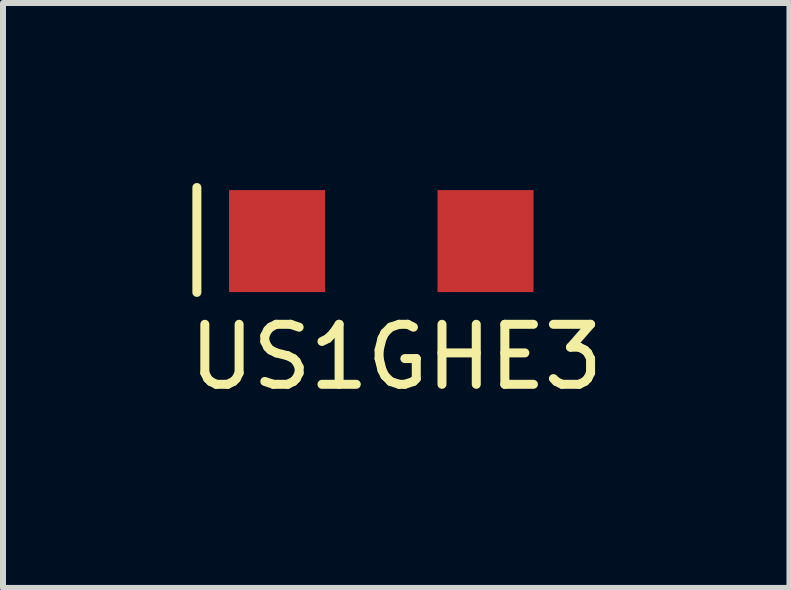
<source format=kicad_pcb>
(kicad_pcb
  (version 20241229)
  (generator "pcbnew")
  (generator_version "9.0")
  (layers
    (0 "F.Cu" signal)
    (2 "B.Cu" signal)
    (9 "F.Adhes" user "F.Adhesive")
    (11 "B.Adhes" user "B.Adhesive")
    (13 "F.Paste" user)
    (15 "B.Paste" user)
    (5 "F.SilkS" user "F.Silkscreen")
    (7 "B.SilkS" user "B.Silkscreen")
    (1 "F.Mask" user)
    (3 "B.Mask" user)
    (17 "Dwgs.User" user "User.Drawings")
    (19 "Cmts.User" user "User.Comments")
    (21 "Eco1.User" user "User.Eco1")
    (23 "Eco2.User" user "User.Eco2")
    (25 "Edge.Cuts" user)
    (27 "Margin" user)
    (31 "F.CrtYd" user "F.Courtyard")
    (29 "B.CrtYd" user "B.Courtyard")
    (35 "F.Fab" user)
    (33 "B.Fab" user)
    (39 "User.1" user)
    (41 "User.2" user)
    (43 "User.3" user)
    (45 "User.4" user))
  (footprint "US1GHE3"
    (layer "F.Cu")
    (at 3.264 0.949)
    (property "Reference" "US1GHE3" (at 0.29 1.951 0) (layer "F.SilkS") (effects (font (size 1 1) (thickness 0.15))))
    (attr through_hole)
    (fp_line (start -3.033 -0.874) (end -3.033 0.874) (stroke (width 0.15) (type solid)) (layer "F.SilkS"))
    (pad "1" smd rect (at -1.697 0.019) (size 1.6 1.7) (layers "F.Cu" "F.Mask" "F.Paste"))
    (pad "2" smd rect (at 1.778 0.019) (size 1.6 1.7) (layers "F.Cu" "F.Mask" "F.Paste")))
  (gr_rect
    (start -3 -3)
    (end 10.107 6.748)
    (stroke (width 0.1) (type default))
    (fill no)
    (layer "Edge.Cuts")))
</source>
